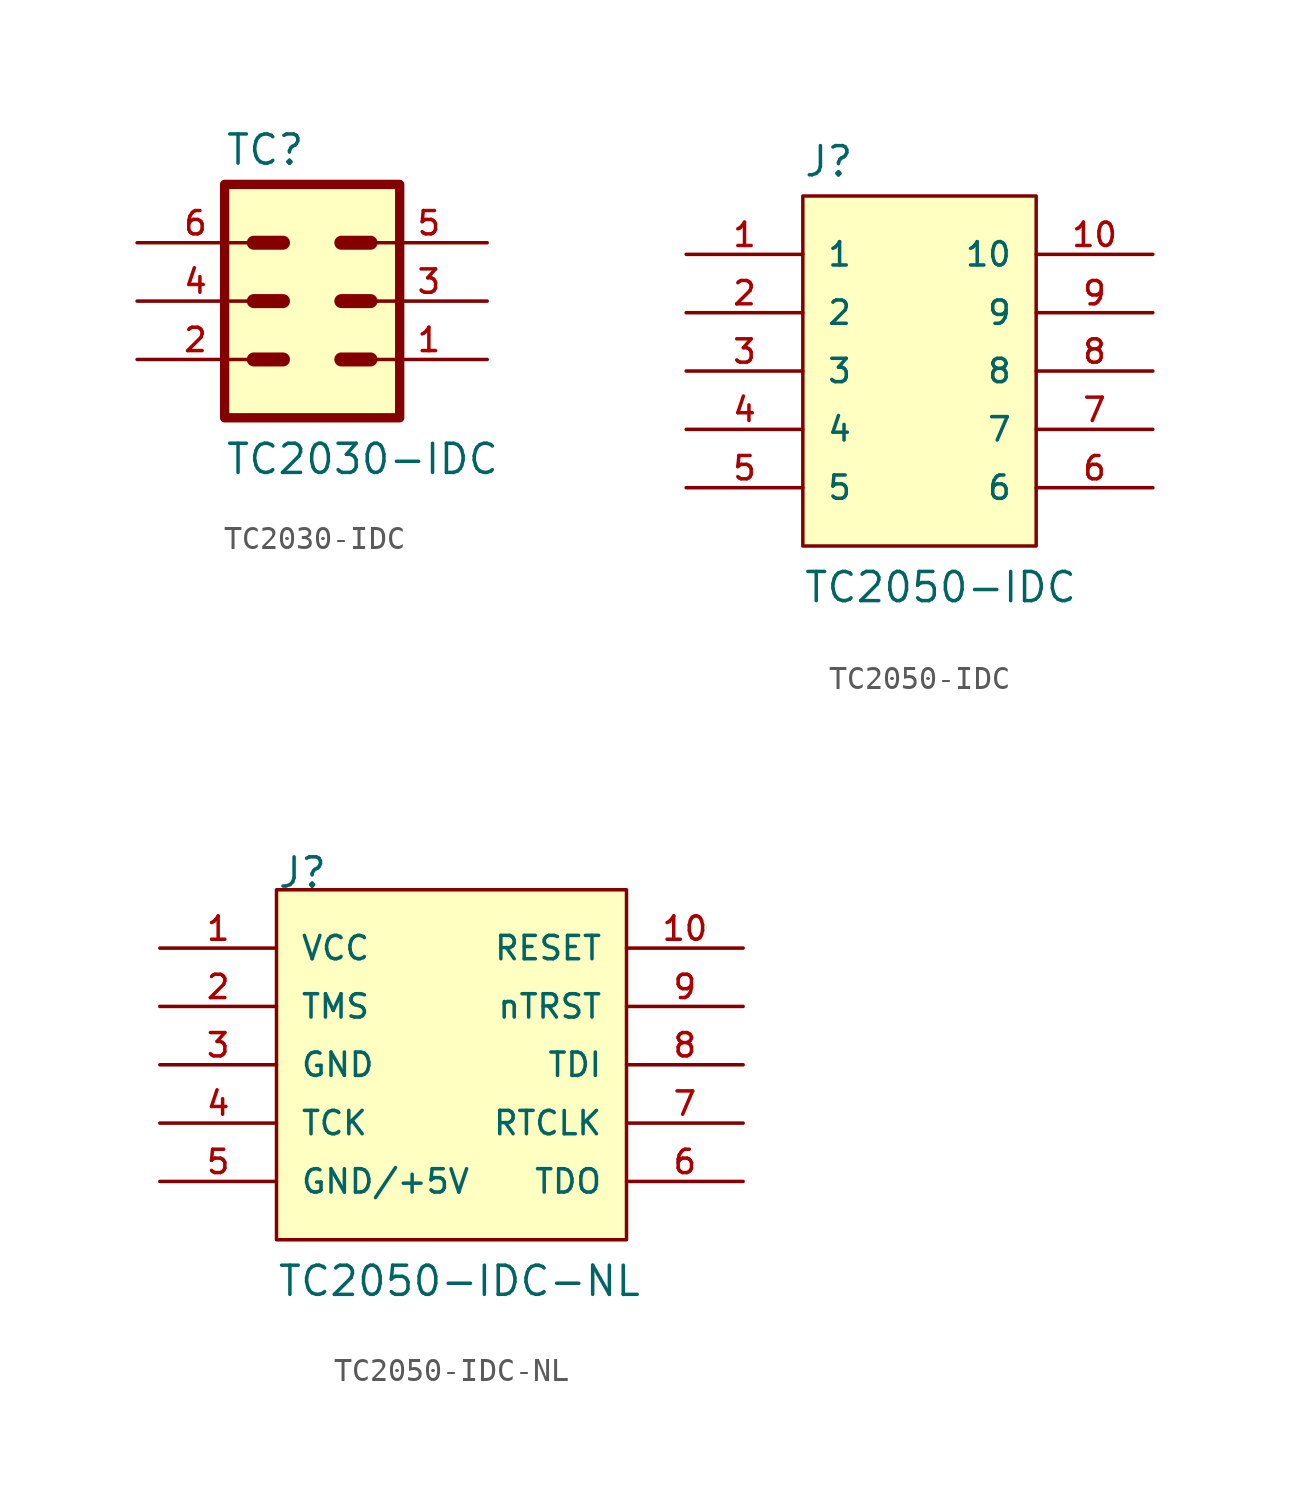
<source format=kicad_sym>
(kicad_symbol_lib
  (version 20211014)
  (generator kicad_symbol_editor)
  (symbol "TC2030-IDC"
    (pin_names
      (offset 1.016) hide)
    (property "Reference" "TC"
      (at -3.81 5.842 0)
      (effects (font (size 1.27 1.27)) (justify left bottom)))
    (property "Value" "TC2030-IDC"
      (at -3.81 -7.62 0)
      (effects (font (size 1.27 1.27)) (justify left bottom)))
    (property "ki_locked" ""
      (at 0 0 0)
      (effects (font (size 1.27 1.27))))
    (symbol "TC2030-IDC_0_0"
      (rectangle (start -3.81 -5.08) (end 3.81 5.08) (stroke (width 0.406) (type default) (color 0 0 0 0)) (fill (type background)))
      (polyline (pts (xy -2.54 -2.54) (xy -1.27 -2.54)) (stroke (width 0.61) (type default) (color 0 0 0 0)) (fill (type none)))
      (polyline (pts (xy -2.54 0) (xy -1.27 0)) (stroke (width 0.61) (type default) (color 0 0 0 0)) (fill (type none)))
      (polyline (pts (xy -2.54 2.54) (xy -1.27 2.54)) (stroke (width 0.61) (type default) (color 0 0 0 0)) (fill (type none)))
      (polyline (pts (xy 1.27 -2.54) (xy 2.54 -2.54)) (stroke (width 0.61) (type default) (color 0 0 0 0)) (fill (type none)))
      (polyline (pts (xy 1.27 0) (xy 2.54 0)) (stroke (width 0.61) (type default) (color 0 0 0 0)) (fill (type none)))
      (polyline (pts (xy 1.27 2.54) (xy 2.54 2.54)) (stroke (width 0.61) (type default) (color 0 0 0 0)) (fill (type none)))
      (pin passive line (at 7.62 -2.54 180) (length 5.08) (name "~" (effects (font (size 1.016 1.016)))) (number "1" (effects (font (size 1.016 1.016)))))
      (pin passive line (at -7.62 -2.54 0) (length 5.08) (name "~" (effects (font (size 1.016 1.016)))) (number "2" (effects (font (size 1.016 1.016)))))
      (pin passive line (at 7.62 0 180) (length 5.08) (name "~" (effects (font (size 1.016 1.016)))) (number "3" (effects (font (size 1.016 1.016)))))
      (pin passive line (at -7.62 0 0) (length 5.08) (name "~" (effects (font (size 1.016 1.016)))) (number "4" (effects (font (size 1.016 1.016)))))
      (pin passive line (at 7.62 2.54 180) (length 5.08) (name "~" (effects (font (size 1.016 1.016)))) (number "5" (effects (font (size 1.016 1.016)))))
      (pin passive line (at -7.62 2.54 0) (length 5.08) (name "~" (effects (font (size 1.016 1.016)))) (number "6" (effects (font (size 1.016 1.016)))))))
  (symbol "TC2050-IDC"
    (pin_names
      (offset 1.016))
    (property "Reference" "J"
      (at -5.08 8.382 0)
      (effects (font (size 1.27 1.27)) (justify left bottom)))
    (property "Value" "TC2050-IDC"
      (at -5.08 -10.16 0)
      (effects (font (size 1.27 1.27)) (justify left bottom)))
    (property "ki_locked" ""
      (at 0 0 0)
      (effects (font (size 1.27 1.27))))
    (symbol "TC2050-IDC_0_0"
      (rectangle (start -5.08 -7.62) (end 5.08 7.62) (stroke (width 0.152) (type default) (color 0 0 0 0)) (fill (type background)))
      (pin passive line (at -10.16 5.08 0) (length 5.08) (name "1" (effects (font (size 1.016 1.016)))) (number "1" (effects (font (size 1.016 1.016)))))
      (pin passive line (at 10.16 5.08 180) (length 5.08) (name "10" (effects (font (size 1.016 1.016)))) (number "10" (effects (font (size 1.016 1.016)))))
      (pin passive line (at -10.16 2.54 0) (length 5.08) (name "2" (effects (font (size 1.016 1.016)))) (number "2" (effects (font (size 1.016 1.016)))))
      (pin passive line (at -10.16 0 0) (length 5.08) (name "3" (effects (font (size 1.016 1.016)))) (number "3" (effects (font (size 1.016 1.016)))))
      (pin passive line (at -10.16 -2.54 0) (length 5.08) (name "4" (effects (font (size 1.016 1.016)))) (number "4" (effects (font (size 1.016 1.016)))))
      (pin passive line (at -10.16 -5.08 0) (length 5.08) (name "5" (effects (font (size 1.016 1.016)))) (number "5" (effects (font (size 1.016 1.016)))))
      (pin passive line (at 10.16 -5.08 180) (length 5.08) (name "6" (effects (font (size 1.016 1.016)))) (number "6" (effects (font (size 1.016 1.016)))))
      (pin passive line (at 10.16 -2.54 180) (length 5.08) (name "7" (effects (font (size 1.016 1.016)))) (number "7" (effects (font (size 1.016 1.016)))))
      (pin passive line (at 10.16 0 180) (length 5.08) (name "8" (effects (font (size 1.016 1.016)))) (number "8" (effects (font (size 1.016 1.016)))))
      (pin passive line (at 10.16 2.54 180) (length 5.08) (name "9" (effects (font (size 1.016 1.016)))) (number "9" (effects (font (size 1.016 1.016)))))))
  (symbol "TC2050-IDC-NL"
    (pin_names
      (offset 1.016))
    (property "Reference" "J"
      (at -7.62 7.62 0)
      (effects (font (size 1.27 1.27)) (justify left bottom)))
    (property "Value" "TC2050-IDC-NL"
      (at -7.62 -10.16 0)
      (effects (font (size 1.27 1.27)) (justify left bottom)))
    (property "ki_locked" ""
      (at 0 0 0)
      (effects (font (size 1.27 1.27))))
    (symbol "TC2050-IDC-NL_0_0"
      (rectangle (start -7.62 -7.62) (end 7.62 7.62) (stroke (width 0.152) (type default) (color 0 0 0 0)) (fill (type background)))
      (pin passive line (at -12.7 5.08 0) (length 5.08) (name "VCC" (effects (font (size 1.016 1.016)))) (number "1" (effects (font (size 1.016 1.016)))))
      (pin passive line (at 12.7 5.08 180) (length 5.08) (name "RESET" (effects (font (size 1.016 1.016)))) (number "10" (effects (font (size 1.016 1.016)))))
      (pin passive line (at -12.7 2.54 0) (length 5.08) (name "TMS" (effects (font (size 1.016 1.016)))) (number "2" (effects (font (size 1.016 1.016)))))
      (pin passive line (at -12.7 0 0) (length 5.08) (name "GND" (effects (font (size 1.016 1.016)))) (number "3" (effects (font (size 1.016 1.016)))))
      (pin passive line (at -12.7 -2.54 0) (length 5.08) (name "TCK" (effects (font (size 1.016 1.016)))) (number "4" (effects (font (size 1.016 1.016)))))
      (pin passive line (at -12.7 -5.08 0) (length 5.08) (name "GND/+5V" (effects (font (size 1.016 1.016)))) (number "5" (effects (font (size 1.016 1.016)))))
      (pin passive line (at 12.7 -5.08 180) (length 5.08) (name "TDO" (effects (font (size 1.016 1.016)))) (number "6" (effects (font (size 1.016 1.016)))))
      (pin passive line (at 12.7 -2.54 180) (length 5.08) (name "RTCLK" (effects (font (size 1.016 1.016)))) (number "7" (effects (font (size 1.016 1.016)))))
      (pin passive line (at 12.7 0 180) (length 5.08) (name "TDI" (effects (font (size 1.016 1.016)))) (number "8" (effects (font (size 1.016 1.016)))))
      (pin passive line (at 12.7 2.54 180) (length 5.08) (name "nTRST" (effects (font (size 1.016 1.016)))) (number "9" (effects (font (size 1.016 1.016))))))))
</source>
